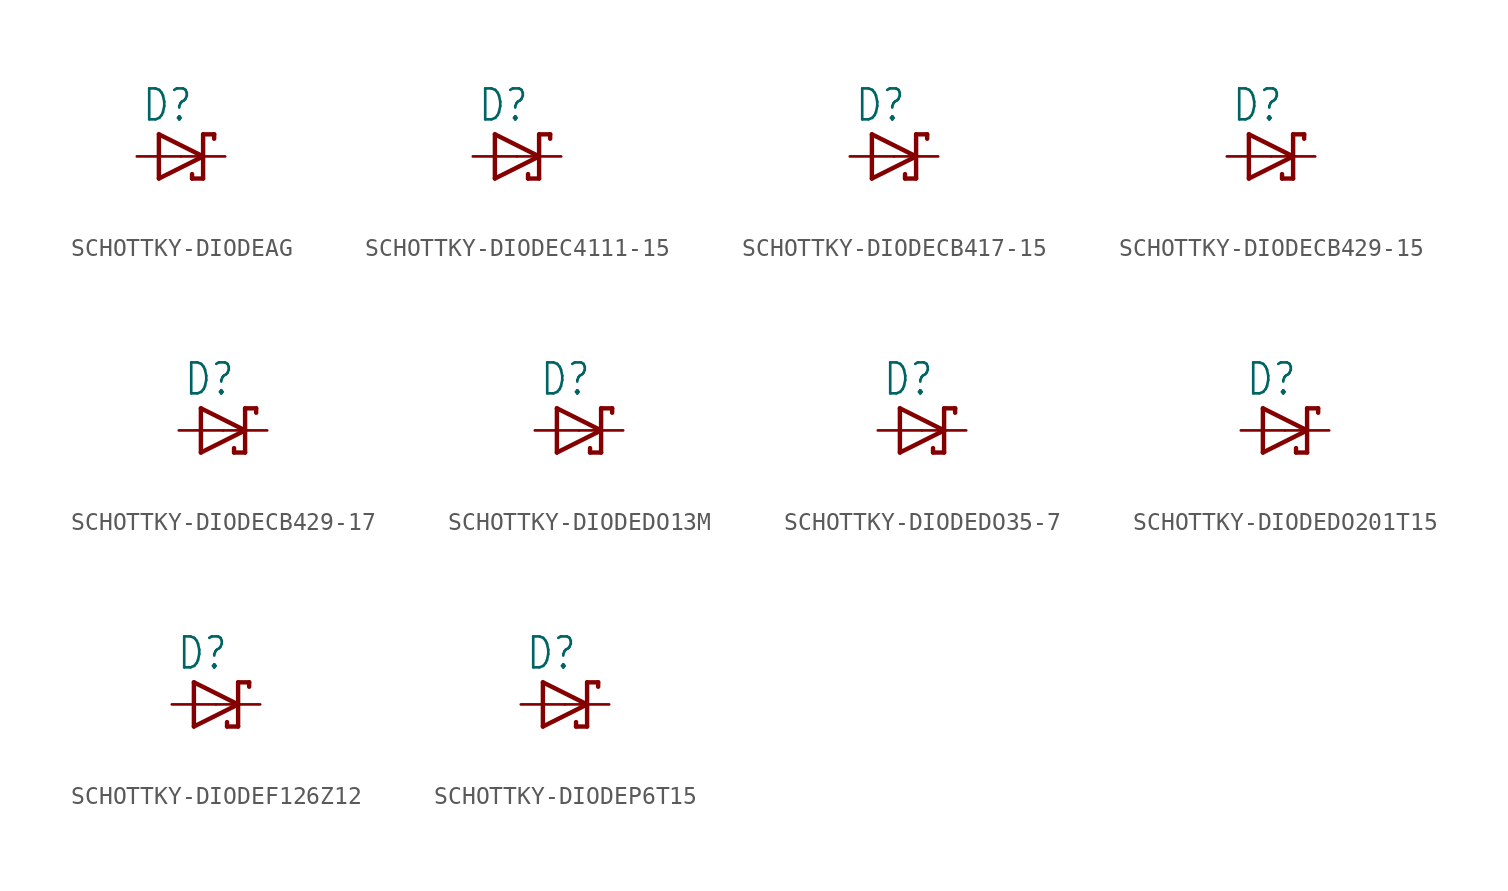
<source format=kicad_sym>
(kicad_symbol_lib
  (version 20231120)
  (generator "kicad_symbol_editor")
  (generator_version "8.0")
  (symbol "SCHOTTKY-DIODEAG"
    (property "Reference" "D"
      (at -2.286 1.905 0)
      (effects (font (size 1.778 1.511)) (justify left bottom)))
    (property "Value" ""
      (at -2.286 -3.429 0)
      (effects (font (size 1.778 1.511)) (justify left bottom)))
    (property "ki_locked" ""
      (at 0 0 0)
      (effects (font (size 1.27 1.27))))
    (symbol "SCHOTTKY-DIODEAG_1_0"
      (polyline (pts (xy -1.27 -1.27) (xy 1.27 0)) (stroke (width 0.254) (type solid)) (fill (type none)))
      (polyline (pts (xy -1.27 1.27) (xy -1.27 -1.27)) (stroke (width 0.254) (type solid)) (fill (type none)))
      (polyline (pts (xy 0.635 -1.016) (xy 0.635 -1.27)) (stroke (width 0.254) (type solid)) (fill (type none)))
      (polyline (pts (xy 1.27 -1.27) (xy 0.635 -1.27)) (stroke (width 0.254) (type solid)) (fill (type none)))
      (polyline (pts (xy 1.27 0) (xy -1.27 1.27)) (stroke (width 0.254) (type solid)) (fill (type none)))
      (polyline (pts (xy 1.27 0) (xy 1.27 -1.27)) (stroke (width 0.254) (type solid)) (fill (type none)))
      (polyline (pts (xy 1.27 1.27) (xy 1.27 0)) (stroke (width 0.254) (type solid)) (fill (type none)))
      (polyline (pts (xy 1.905 1.27) (xy 1.27 1.27)) (stroke (width 0.254) (type solid)) (fill (type none)))
      (polyline (pts (xy 1.905 1.27) (xy 1.905 1.016)) (stroke (width 0.254) (type solid)) (fill (type none)))
      (pin passive line (at -2.54 0 0) (length 2.54) (name "A" (effects (font (size 0 0)))) (number "A" (effects (font (size 0 0)))))
      (pin passive line (at 2.54 0 180) (length 2.54) (name "C" (effects (font (size 0 0)))) (number "C" (effects (font (size 0 0)))))))
  (symbol "SCHOTTKY-DIODEC4111-15"
    (property "Reference" "D"
      (at -2.286 1.905 0)
      (effects (font (size 1.778 1.511)) (justify left bottom)))
    (property "Value" ""
      (at -2.286 -3.429 0)
      (effects (font (size 1.778 1.511)) (justify left bottom)))
    (property "ki_locked" ""
      (at 0 0 0)
      (effects (font (size 1.27 1.27))))
    (symbol "SCHOTTKY-DIODEC4111-15_1_0"
      (polyline (pts (xy -1.27 -1.27) (xy 1.27 0)) (stroke (width 0.254) (type solid)) (fill (type none)))
      (polyline (pts (xy -1.27 1.27) (xy -1.27 -1.27)) (stroke (width 0.254) (type solid)) (fill (type none)))
      (polyline (pts (xy 0.635 -1.016) (xy 0.635 -1.27)) (stroke (width 0.254) (type solid)) (fill (type none)))
      (polyline (pts (xy 1.27 -1.27) (xy 0.635 -1.27)) (stroke (width 0.254) (type solid)) (fill (type none)))
      (polyline (pts (xy 1.27 0) (xy -1.27 1.27)) (stroke (width 0.254) (type solid)) (fill (type none)))
      (polyline (pts (xy 1.27 0) (xy 1.27 -1.27)) (stroke (width 0.254) (type solid)) (fill (type none)))
      (polyline (pts (xy 1.27 1.27) (xy 1.27 0)) (stroke (width 0.254) (type solid)) (fill (type none)))
      (polyline (pts (xy 1.905 1.27) (xy 1.27 1.27)) (stroke (width 0.254) (type solid)) (fill (type none)))
      (polyline (pts (xy 1.905 1.27) (xy 1.905 1.016)) (stroke (width 0.254) (type solid)) (fill (type none)))
      (pin passive line (at -2.54 0 0) (length 2.54) (name "A" (effects (font (size 0 0)))) (number "A" (effects (font (size 0 0)))))
      (pin passive line (at 2.54 0 180) (length 2.54) (name "C" (effects (font (size 0 0)))) (number "C" (effects (font (size 0 0)))))))
  (symbol "SCHOTTKY-DIODECB417-15"
    (property "Reference" "D"
      (at -2.286 1.905 0)
      (effects (font (size 1.778 1.511)) (justify left bottom)))
    (property "Value" ""
      (at -2.286 -3.429 0)
      (effects (font (size 1.778 1.511)) (justify left bottom)))
    (property "ki_locked" ""
      (at 0 0 0)
      (effects (font (size 1.27 1.27))))
    (symbol "SCHOTTKY-DIODECB417-15_1_0"
      (polyline (pts (xy -1.27 -1.27) (xy 1.27 0)) (stroke (width 0.254) (type solid)) (fill (type none)))
      (polyline (pts (xy -1.27 1.27) (xy -1.27 -1.27)) (stroke (width 0.254) (type solid)) (fill (type none)))
      (polyline (pts (xy 0.635 -1.016) (xy 0.635 -1.27)) (stroke (width 0.254) (type solid)) (fill (type none)))
      (polyline (pts (xy 1.27 -1.27) (xy 0.635 -1.27)) (stroke (width 0.254) (type solid)) (fill (type none)))
      (polyline (pts (xy 1.27 0) (xy -1.27 1.27)) (stroke (width 0.254) (type solid)) (fill (type none)))
      (polyline (pts (xy 1.27 0) (xy 1.27 -1.27)) (stroke (width 0.254) (type solid)) (fill (type none)))
      (polyline (pts (xy 1.27 1.27) (xy 1.27 0)) (stroke (width 0.254) (type solid)) (fill (type none)))
      (polyline (pts (xy 1.905 1.27) (xy 1.27 1.27)) (stroke (width 0.254) (type solid)) (fill (type none)))
      (polyline (pts (xy 1.905 1.27) (xy 1.905 1.016)) (stroke (width 0.254) (type solid)) (fill (type none)))
      (pin passive line (at -2.54 0 0) (length 2.54) (name "A" (effects (font (size 0 0)))) (number "A" (effects (font (size 0 0)))))
      (pin passive line (at 2.54 0 180) (length 2.54) (name "C" (effects (font (size 0 0)))) (number "C" (effects (font (size 0 0)))))))
  (symbol "SCHOTTKY-DIODECB429-15"
    (property "Reference" "D"
      (at -2.286 1.905 0)
      (effects (font (size 1.778 1.511)) (justify left bottom)))
    (property "Value" ""
      (at -2.286 -3.429 0)
      (effects (font (size 1.778 1.511)) (justify left bottom)))
    (property "ki_locked" ""
      (at 0 0 0)
      (effects (font (size 1.27 1.27))))
    (symbol "SCHOTTKY-DIODECB429-15_1_0"
      (polyline (pts (xy -1.27 -1.27) (xy 1.27 0)) (stroke (width 0.254) (type solid)) (fill (type none)))
      (polyline (pts (xy -1.27 1.27) (xy -1.27 -1.27)) (stroke (width 0.254) (type solid)) (fill (type none)))
      (polyline (pts (xy 0.635 -1.016) (xy 0.635 -1.27)) (stroke (width 0.254) (type solid)) (fill (type none)))
      (polyline (pts (xy 1.27 -1.27) (xy 0.635 -1.27)) (stroke (width 0.254) (type solid)) (fill (type none)))
      (polyline (pts (xy 1.27 0) (xy -1.27 1.27)) (stroke (width 0.254) (type solid)) (fill (type none)))
      (polyline (pts (xy 1.27 0) (xy 1.27 -1.27)) (stroke (width 0.254) (type solid)) (fill (type none)))
      (polyline (pts (xy 1.27 1.27) (xy 1.27 0)) (stroke (width 0.254) (type solid)) (fill (type none)))
      (polyline (pts (xy 1.905 1.27) (xy 1.27 1.27)) (stroke (width 0.254) (type solid)) (fill (type none)))
      (polyline (pts (xy 1.905 1.27) (xy 1.905 1.016)) (stroke (width 0.254) (type solid)) (fill (type none)))
      (pin passive line (at -2.54 0 0) (length 2.54) (name "A" (effects (font (size 0 0)))) (number "A" (effects (font (size 0 0)))))
      (pin passive line (at 2.54 0 180) (length 2.54) (name "C" (effects (font (size 0 0)))) (number "C" (effects (font (size 0 0)))))))
  (symbol "SCHOTTKY-DIODECB429-17"
    (property "Reference" "D"
      (at -2.286 1.905 0)
      (effects (font (size 1.778 1.511)) (justify left bottom)))
    (property "Value" ""
      (at -2.286 -3.429 0)
      (effects (font (size 1.778 1.511)) (justify left bottom)))
    (property "ki_locked" ""
      (at 0 0 0)
      (effects (font (size 1.27 1.27))))
    (symbol "SCHOTTKY-DIODECB429-17_1_0"
      (polyline (pts (xy -1.27 -1.27) (xy 1.27 0)) (stroke (width 0.254) (type solid)) (fill (type none)))
      (polyline (pts (xy -1.27 1.27) (xy -1.27 -1.27)) (stroke (width 0.254) (type solid)) (fill (type none)))
      (polyline (pts (xy 0.635 -1.016) (xy 0.635 -1.27)) (stroke (width 0.254) (type solid)) (fill (type none)))
      (polyline (pts (xy 1.27 -1.27) (xy 0.635 -1.27)) (stroke (width 0.254) (type solid)) (fill (type none)))
      (polyline (pts (xy 1.27 0) (xy -1.27 1.27)) (stroke (width 0.254) (type solid)) (fill (type none)))
      (polyline (pts (xy 1.27 0) (xy 1.27 -1.27)) (stroke (width 0.254) (type solid)) (fill (type none)))
      (polyline (pts (xy 1.27 1.27) (xy 1.27 0)) (stroke (width 0.254) (type solid)) (fill (type none)))
      (polyline (pts (xy 1.905 1.27) (xy 1.27 1.27)) (stroke (width 0.254) (type solid)) (fill (type none)))
      (polyline (pts (xy 1.905 1.27) (xy 1.905 1.016)) (stroke (width 0.254) (type solid)) (fill (type none)))
      (pin passive line (at -2.54 0 0) (length 2.54) (name "A" (effects (font (size 0 0)))) (number "A" (effects (font (size 0 0)))))
      (pin passive line (at 2.54 0 180) (length 2.54) (name "C" (effects (font (size 0 0)))) (number "C" (effects (font (size 0 0)))))))
  (symbol "SCHOTTKY-DIODEDO13M"
    (property "Reference" "D"
      (at -2.286 1.905 0)
      (effects (font (size 1.778 1.511)) (justify left bottom)))
    (property "Value" ""
      (at -2.286 -3.429 0)
      (effects (font (size 1.778 1.511)) (justify left bottom)))
    (property "ki_locked" ""
      (at 0 0 0)
      (effects (font (size 1.27 1.27))))
    (symbol "SCHOTTKY-DIODEDO13M_1_0"
      (polyline (pts (xy -1.27 -1.27) (xy 1.27 0)) (stroke (width 0.254) (type solid)) (fill (type none)))
      (polyline (pts (xy -1.27 1.27) (xy -1.27 -1.27)) (stroke (width 0.254) (type solid)) (fill (type none)))
      (polyline (pts (xy 0.635 -1.016) (xy 0.635 -1.27)) (stroke (width 0.254) (type solid)) (fill (type none)))
      (polyline (pts (xy 1.27 -1.27) (xy 0.635 -1.27)) (stroke (width 0.254) (type solid)) (fill (type none)))
      (polyline (pts (xy 1.27 0) (xy -1.27 1.27)) (stroke (width 0.254) (type solid)) (fill (type none)))
      (polyline (pts (xy 1.27 0) (xy 1.27 -1.27)) (stroke (width 0.254) (type solid)) (fill (type none)))
      (polyline (pts (xy 1.27 1.27) (xy 1.27 0)) (stroke (width 0.254) (type solid)) (fill (type none)))
      (polyline (pts (xy 1.905 1.27) (xy 1.27 1.27)) (stroke (width 0.254) (type solid)) (fill (type none)))
      (polyline (pts (xy 1.905 1.27) (xy 1.905 1.016)) (stroke (width 0.254) (type solid)) (fill (type none)))
      (pin passive line (at -2.54 0 0) (length 2.54) (name "A" (effects (font (size 0 0)))) (number "A" (effects (font (size 0 0)))))
      (pin passive line (at 2.54 0 180) (length 2.54) (name "C" (effects (font (size 0 0)))) (number "C" (effects (font (size 0 0)))))))
  (symbol "SCHOTTKY-DIODEDO35-7"
    (property "Reference" "D"
      (at -2.286 1.905 0)
      (effects (font (size 1.778 1.511)) (justify left bottom)))
    (property "Value" ""
      (at -2.286 -3.429 0)
      (effects (font (size 1.778 1.511)) (justify left bottom)))
    (property "ki_locked" ""
      (at 0 0 0)
      (effects (font (size 1.27 1.27))))
    (symbol "SCHOTTKY-DIODEDO35-7_1_0"
      (polyline (pts (xy -1.27 -1.27) (xy 1.27 0)) (stroke (width 0.254) (type solid)) (fill (type none)))
      (polyline (pts (xy -1.27 1.27) (xy -1.27 -1.27)) (stroke (width 0.254) (type solid)) (fill (type none)))
      (polyline (pts (xy 0.635 -1.016) (xy 0.635 -1.27)) (stroke (width 0.254) (type solid)) (fill (type none)))
      (polyline (pts (xy 1.27 -1.27) (xy 0.635 -1.27)) (stroke (width 0.254) (type solid)) (fill (type none)))
      (polyline (pts (xy 1.27 0) (xy -1.27 1.27)) (stroke (width 0.254) (type solid)) (fill (type none)))
      (polyline (pts (xy 1.27 0) (xy 1.27 -1.27)) (stroke (width 0.254) (type solid)) (fill (type none)))
      (polyline (pts (xy 1.27 1.27) (xy 1.27 0)) (stroke (width 0.254) (type solid)) (fill (type none)))
      (polyline (pts (xy 1.905 1.27) (xy 1.27 1.27)) (stroke (width 0.254) (type solid)) (fill (type none)))
      (polyline (pts (xy 1.905 1.27) (xy 1.905 1.016)) (stroke (width 0.254) (type solid)) (fill (type none)))
      (pin passive line (at -2.54 0 0) (length 2.54) (name "A" (effects (font (size 0 0)))) (number "A" (effects (font (size 0 0)))))
      (pin passive line (at 2.54 0 180) (length 2.54) (name "C" (effects (font (size 0 0)))) (number "C" (effects (font (size 0 0)))))))
  (symbol "SCHOTTKY-DIODEDO201T15"
    (property "Reference" "D"
      (at -2.286 1.905 0)
      (effects (font (size 1.778 1.511)) (justify left bottom)))
    (property "Value" ""
      (at -2.286 -3.429 0)
      (effects (font (size 1.778 1.511)) (justify left bottom)))
    (property "ki_locked" ""
      (at 0 0 0)
      (effects (font (size 1.27 1.27))))
    (symbol "SCHOTTKY-DIODEDO201T15_1_0"
      (polyline (pts (xy -1.27 -1.27) (xy 1.27 0)) (stroke (width 0.254) (type solid)) (fill (type none)))
      (polyline (pts (xy -1.27 1.27) (xy -1.27 -1.27)) (stroke (width 0.254) (type solid)) (fill (type none)))
      (polyline (pts (xy 0.635 -1.016) (xy 0.635 -1.27)) (stroke (width 0.254) (type solid)) (fill (type none)))
      (polyline (pts (xy 1.27 -1.27) (xy 0.635 -1.27)) (stroke (width 0.254) (type solid)) (fill (type none)))
      (polyline (pts (xy 1.27 0) (xy -1.27 1.27)) (stroke (width 0.254) (type solid)) (fill (type none)))
      (polyline (pts (xy 1.27 0) (xy 1.27 -1.27)) (stroke (width 0.254) (type solid)) (fill (type none)))
      (polyline (pts (xy 1.27 1.27) (xy 1.27 0)) (stroke (width 0.254) (type solid)) (fill (type none)))
      (polyline (pts (xy 1.905 1.27) (xy 1.27 1.27)) (stroke (width 0.254) (type solid)) (fill (type none)))
      (polyline (pts (xy 1.905 1.27) (xy 1.905 1.016)) (stroke (width 0.254) (type solid)) (fill (type none)))
      (pin passive line (at -2.54 0 0) (length 2.54) (name "A" (effects (font (size 0 0)))) (number "A" (effects (font (size 0 0)))))
      (pin passive line (at 2.54 0 180) (length 2.54) (name "C" (effects (font (size 0 0)))) (number "C" (effects (font (size 0 0)))))))
  (symbol "SCHOTTKY-DIODEF126Z12"
    (property "Reference" "D"
      (at -2.286 1.905 0)
      (effects (font (size 1.778 1.511)) (justify left bottom)))
    (property "Value" ""
      (at -2.286 -3.429 0)
      (effects (font (size 1.778 1.511)) (justify left bottom)))
    (property "ki_locked" ""
      (at 0 0 0)
      (effects (font (size 1.27 1.27))))
    (symbol "SCHOTTKY-DIODEF126Z12_1_0"
      (polyline (pts (xy -1.27 -1.27) (xy 1.27 0)) (stroke (width 0.254) (type solid)) (fill (type none)))
      (polyline (pts (xy -1.27 1.27) (xy -1.27 -1.27)) (stroke (width 0.254) (type solid)) (fill (type none)))
      (polyline (pts (xy 0.635 -1.016) (xy 0.635 -1.27)) (stroke (width 0.254) (type solid)) (fill (type none)))
      (polyline (pts (xy 1.27 -1.27) (xy 0.635 -1.27)) (stroke (width 0.254) (type solid)) (fill (type none)))
      (polyline (pts (xy 1.27 0) (xy -1.27 1.27)) (stroke (width 0.254) (type solid)) (fill (type none)))
      (polyline (pts (xy 1.27 0) (xy 1.27 -1.27)) (stroke (width 0.254) (type solid)) (fill (type none)))
      (polyline (pts (xy 1.27 1.27) (xy 1.27 0)) (stroke (width 0.254) (type solid)) (fill (type none)))
      (polyline (pts (xy 1.905 1.27) (xy 1.27 1.27)) (stroke (width 0.254) (type solid)) (fill (type none)))
      (polyline (pts (xy 1.905 1.27) (xy 1.905 1.016)) (stroke (width 0.254) (type solid)) (fill (type none)))
      (pin passive line (at -2.54 0 0) (length 2.54) (name "A" (effects (font (size 0 0)))) (number "A" (effects (font (size 0 0)))))
      (pin passive line (at 2.54 0 180) (length 2.54) (name "C" (effects (font (size 0 0)))) (number "C" (effects (font (size 0 0)))))))
  (symbol "SCHOTTKY-DIODEP6T15"
    (property "Reference" "D"
      (at -2.286 1.905 0)
      (effects (font (size 1.778 1.511)) (justify left bottom)))
    (property "Value" ""
      (at -2.286 -3.429 0)
      (effects (font (size 1.778 1.511)) (justify left bottom)))
    (property "ki_locked" ""
      (at 0 0 0)
      (effects (font (size 1.27 1.27))))
    (symbol "SCHOTTKY-DIODEP6T15_1_0"
      (polyline (pts (xy -1.27 -1.27) (xy 1.27 0)) (stroke (width 0.254) (type solid)) (fill (type none)))
      (polyline (pts (xy -1.27 1.27) (xy -1.27 -1.27)) (stroke (width 0.254) (type solid)) (fill (type none)))
      (polyline (pts (xy 0.635 -1.016) (xy 0.635 -1.27)) (stroke (width 0.254) (type solid)) (fill (type none)))
      (polyline (pts (xy 1.27 -1.27) (xy 0.635 -1.27)) (stroke (width 0.254) (type solid)) (fill (type none)))
      (polyline (pts (xy 1.27 0) (xy -1.27 1.27)) (stroke (width 0.254) (type solid)) (fill (type none)))
      (polyline (pts (xy 1.27 0) (xy 1.27 -1.27)) (stroke (width 0.254) (type solid)) (fill (type none)))
      (polyline (pts (xy 1.27 1.27) (xy 1.27 0)) (stroke (width 0.254) (type solid)) (fill (type none)))
      (polyline (pts (xy 1.905 1.27) (xy 1.27 1.27)) (stroke (width 0.254) (type solid)) (fill (type none)))
      (polyline (pts (xy 1.905 1.27) (xy 1.905 1.016)) (stroke (width 0.254) (type solid)) (fill (type none)))
      (pin passive line (at -2.54 0 0) (length 2.54) (name "A" (effects (font (size 0 0)))) (number "A" (effects (font (size 0 0)))))
      (pin passive line (at 2.54 0 180) (length 2.54) (name "C" (effects (font (size 0 0)))) (number "C" (effects (font (size 0 0))))))))
</source>
